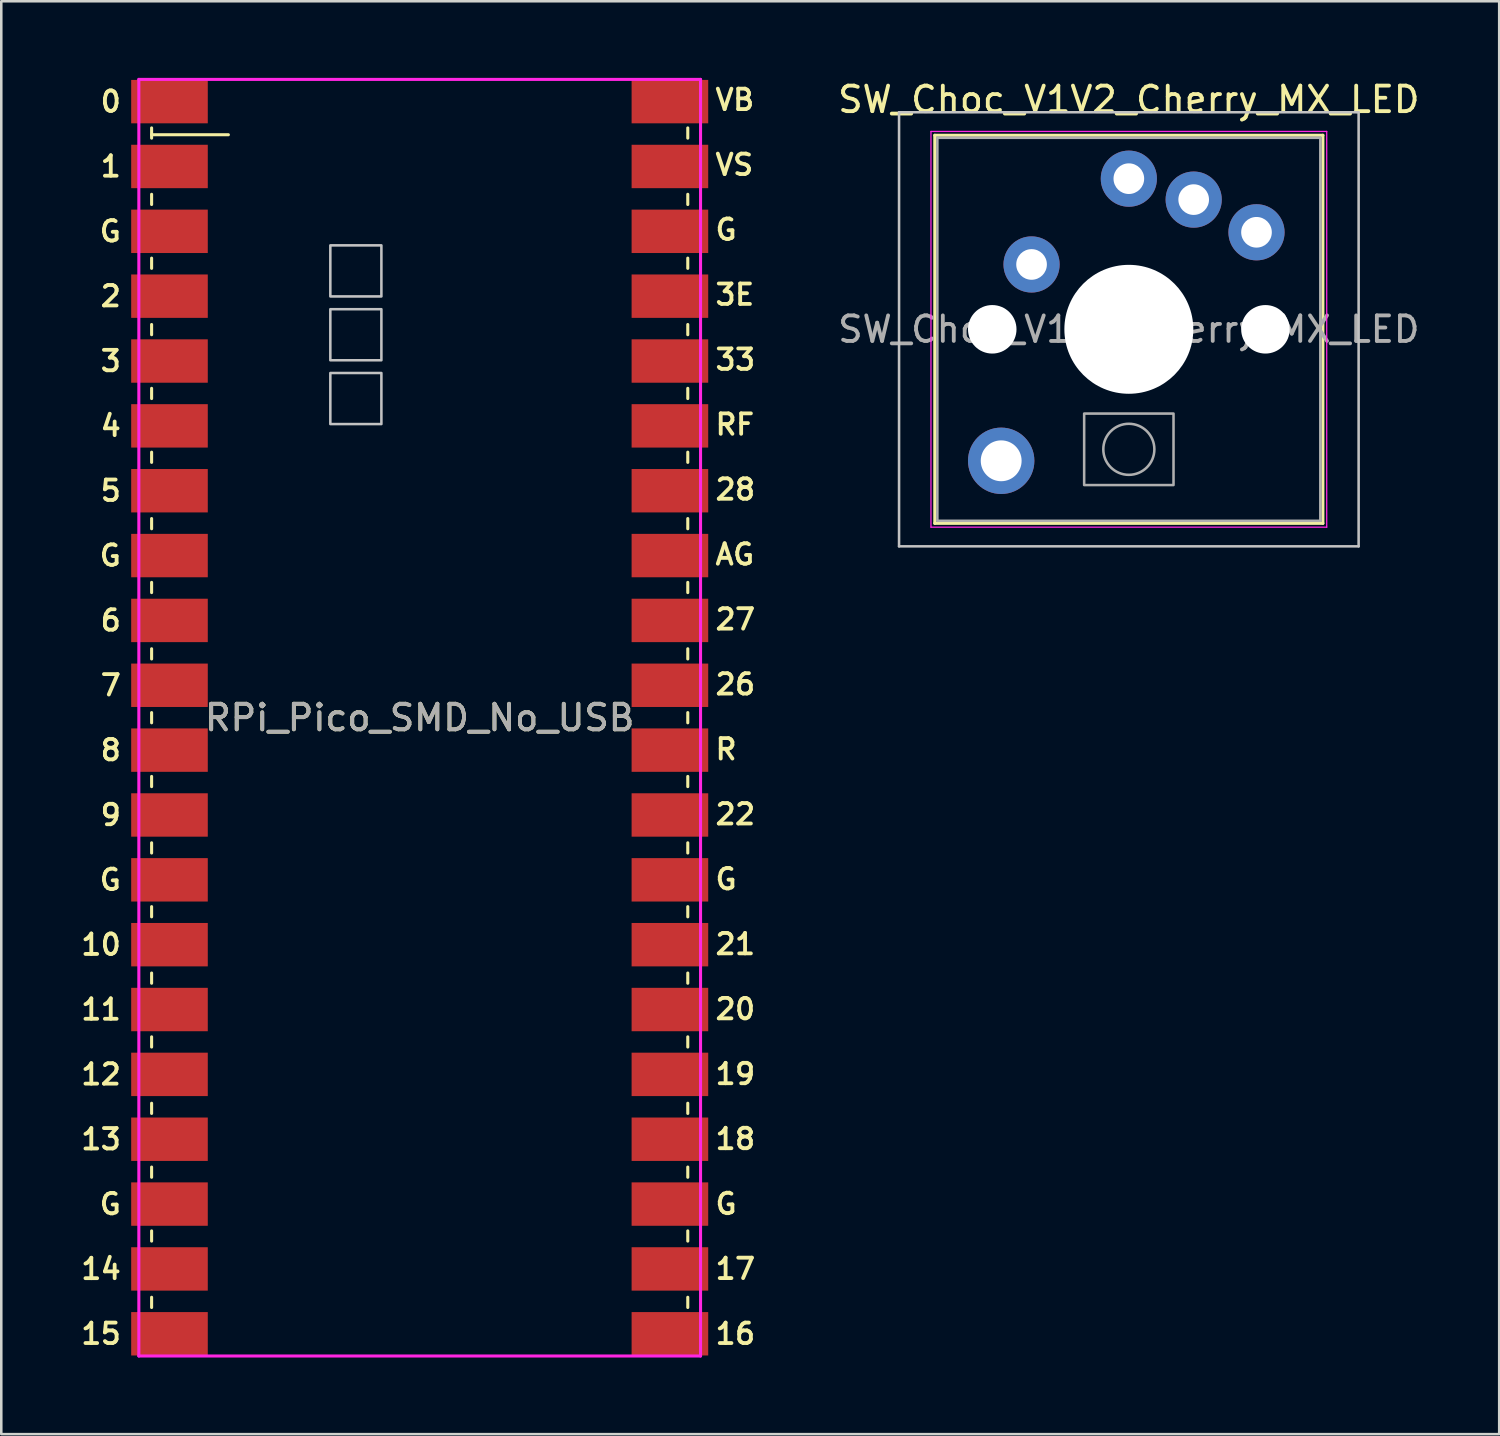
<source format=kicad_pcb>
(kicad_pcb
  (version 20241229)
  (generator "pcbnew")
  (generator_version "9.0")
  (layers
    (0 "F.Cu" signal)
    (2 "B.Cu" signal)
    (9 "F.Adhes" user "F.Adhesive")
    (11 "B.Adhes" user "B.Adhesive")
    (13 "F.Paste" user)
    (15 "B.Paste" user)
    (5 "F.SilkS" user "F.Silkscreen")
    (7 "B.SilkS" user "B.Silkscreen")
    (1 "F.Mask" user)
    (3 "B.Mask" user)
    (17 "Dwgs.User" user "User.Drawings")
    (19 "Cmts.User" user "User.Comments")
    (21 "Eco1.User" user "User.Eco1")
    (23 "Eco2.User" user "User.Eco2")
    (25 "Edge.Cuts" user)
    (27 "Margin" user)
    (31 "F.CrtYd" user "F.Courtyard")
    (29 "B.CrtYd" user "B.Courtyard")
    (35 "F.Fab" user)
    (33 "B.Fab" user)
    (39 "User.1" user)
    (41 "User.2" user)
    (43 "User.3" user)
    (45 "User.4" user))
  (footprint "SW_Choc_V1V2_Cherry_MX_LED"
    (layer "F.Cu")
    (at 41.163 9.848)
    (property "Reference" "SW_Choc_V1V2_Cherry_MX_LED" (at 0 -9 0) (layer "F.SilkS") (effects (font (size 1 1) (thickness 0.15))))
    (attr through_hole)
    (fp_line (start -7.6 -7.6) (end -7.6 7.6) (stroke (width 0.12) (type solid)) (layer "F.SilkS"))
    (fp_line (start -7.6 7.6) (end 7.6 7.6) (stroke (width 0.12) (type solid)) (layer "F.SilkS"))
    (fp_line (start 7.6 -7.6) (end -7.6 -7.6) (stroke (width 0.12) (type solid)) (layer "F.SilkS"))
    (fp_line (start 7.6 7.6) (end 7.6 -7.6) (stroke (width 0.12) (type solid)) (layer "F.SilkS"))
    (fp_line (start -9 -8.5) (end -9 8.5) (stroke (width 0.1) (type solid)) (layer "Dwgs.User"))
    (fp_line (start -9 8.5) (end 9 8.5) (stroke (width 0.1) (type solid)) (layer "Dwgs.User"))
    (fp_line (start 9 -8.5) (end -9 -8.5) (stroke (width 0.1) (type solid)) (layer "Dwgs.User"))
    (fp_line (start 9 8.5) (end 9 -8.5) (stroke (width 0.1) (type solid)) (layer "Dwgs.User"))
    (fp_line (start -7.25 -7.25) (end -7.25 7.25) (stroke (width 0.1) (type solid)) (layer "Eco1.User"))
    (fp_line (start -7.25 7.25) (end 7.25 7.25) (stroke (width 0.1) (type solid)) (layer "Eco1.User"))
    (fp_line (start 7.25 -7.25) (end -7.25 -7.25) (stroke (width 0.1) (type solid)) (layer "Eco1.User"))
    (fp_line (start 7.25 7.25) (end 7.25 -7.25) (stroke (width 0.1) (type solid)) (layer "Eco1.User"))
    (fp_line (start -7.75 -7.75) (end -7.75 7.75) (stroke (width 0.05) (type solid)) (layer "F.CrtYd"))
    (fp_line (start -7.75 7.75) (end 7.75 7.75) (stroke (width 0.05) (type solid)) (layer "F.CrtYd"))
    (fp_line (start 7.75 -7.75) (end -7.75 -7.75) (stroke (width 0.05) (type solid)) (layer "F.CrtYd"))
    (fp_line (start 7.75 7.75) (end 7.75 -7.75) (stroke (width 0.05) (type solid)) (layer "F.CrtYd"))
    (fp_line (start -7.5 -7.5) (end -7.5 7.5) (stroke (width 0.1) (type solid)) (layer "F.Fab"))
    (fp_line (start -7.5 7.5) (end 7.5 7.5) (stroke (width 0.1) (type solid)) (layer "F.Fab"))
    (fp_line (start 7.5 -7.5) (end -7.5 -7.5) (stroke (width 0.1) (type solid)) (layer "F.Fab"))
    (fp_line (start 7.5 7.5) (end 7.5 -7.5) (stroke (width 0.1) (type solid)) (layer "F.Fab"))
    (fp_rect (start -1.75 3.3) (end 1.75 6.1) (stroke (width 0.1) (type solid)) (fill no) (layer "F.Fab"))
    (fp_circle (center 0 4.7) (end 1 4.7) (stroke (width 0.1) (type solid)) (fill no) (layer "F.Fab"))
    (fp_text user "${REFERENCE}" (at 0 0 0) (layer "F.Fab") (effects (font (size 1 1) (thickness 0.15))))
    (pad "" np_thru_hole circle (at -5.35 0) (size 1.9 1.9) (drill oval 2.2 1.9) (layers "*.Cu" "*.Mask"))
    (pad "" smd circle (at -5 5.15) (size 1.65 1.65) (layers "F.Mask"))
    (pad "" thru_hole circle (at -5 5.15) (size 2.6 2.6) (drill 1.6) (layers "*.Cu" "B.Mask"))
    (pad "" smd circle (at 0 -5.9) (size 1.25 1.25) (layers "F.Mask"))
    (pad "" np_thru_hole circle (at 0 0) (size 5.05 5.05) (drill 5.05) (layers "*.Cu" "*.Mask"))
    (pad "" smd circle (at 5 -3.8) (size 1.25 1.25) (layers "F.Mask"))
    (pad "" np_thru_hole circle (at 5.35 0) (size 1.9 1.9) (drill oval 2.2 1.9) (layers "*.Cu" "*.Mask"))
    (pad "1" thru_hole circle (at -3.81 -2.54) (size 2.2 2.2) (drill 1.2) (layers "*.Cu" "B.Mask"))
    (pad "1" thru_hole circle (at 0 -5.9) (size 2.2 2.2) (drill 1.2) (layers "*.Cu" "B.Mask"))
    (pad "2" thru_hole circle (at 2.54 -5.08) (size 2.2 2.2) (drill 1.2) (layers "*.Cu" "B.Mask"))
    (pad "2" thru_hole circle (at 5 -3.8) (size 2.2 2.2) (drill 1.2) (layers "*.Cu" "B.Mask")))
  (footprint "RPi_Pico_SMD_No_USB"
    (layer "F.Cu")
    (at 13.388 25.06)
    (property "Reference" "RPi_Pico_SMD_No_USB" (at 0 0 0) (layer "F.SilkS") (effects (font (size 1 1) (thickness 0.15))))
    (attr smd)
    (fp_line (start -10.5 -23.1) (end -10.5 -22.7) (stroke (width 0.12) (type solid)) (layer "F.SilkS"))
    (fp_line (start -10.5 -22.833) (end -7.493 -22.833) (stroke (width 0.12) (type solid)) (layer "F.SilkS"))
    (fp_line (start -10.5 -20.5) (end -10.5 -20.1) (stroke (width 0.12) (type solid)) (layer "F.SilkS"))
    (fp_line (start -10.5 -18) (end -10.5 -17.6) (stroke (width 0.12) (type solid)) (layer "F.SilkS"))
    (fp_line (start -10.5 -15.4) (end -10.5 -15) (stroke (width 0.12) (type solid)) (layer "F.SilkS"))
    (fp_line (start -10.5 -12.9) (end -10.5 -12.5) (stroke (width 0.12) (type solid)) (layer "F.SilkS"))
    (fp_line (start -10.5 -10.4) (end -10.5 -10) (stroke (width 0.12) (type solid)) (layer "F.SilkS"))
    (fp_line (start -10.5 -7.8) (end -10.5 -7.4) (stroke (width 0.12) (type solid)) (layer "F.SilkS"))
    (fp_line (start -10.5 -5.3) (end -10.5 -4.9) (stroke (width 0.12) (type solid)) (layer "F.SilkS"))
    (fp_line (start -10.5 -2.7) (end -10.5 -2.3) (stroke (width 0.12) (type solid)) (layer "F.SilkS"))
    (fp_line (start -10.5 -0.2) (end -10.5 0.2) (stroke (width 0.12) (type solid)) (layer "F.SilkS"))
    (fp_line (start -10.5 2.3) (end -10.5 2.7) (stroke (width 0.12) (type solid)) (layer "F.SilkS"))
    (fp_line (start -10.5 4.9) (end -10.5 5.3) (stroke (width 0.12) (type solid)) (layer "F.SilkS"))
    (fp_line (start -10.5 7.4) (end -10.5 7.8) (stroke (width 0.12) (type solid)) (layer "F.SilkS"))
    (fp_line (start -10.5 10) (end -10.5 10.4) (stroke (width 0.12) (type solid)) (layer "F.SilkS"))
    (fp_line (start -10.5 12.5) (end -10.5 12.9) (stroke (width 0.12) (type solid)) (layer "F.SilkS"))
    (fp_line (start -10.5 15.1) (end -10.5 15.5) (stroke (width 0.12) (type solid)) (layer "F.SilkS"))
    (fp_line (start -10.5 17.6) (end -10.5 18) (stroke (width 0.12) (type solid)) (layer "F.SilkS"))
    (fp_line (start -10.5 20.1) (end -10.5 20.5) (stroke (width 0.12) (type solid)) (layer "F.SilkS"))
    (fp_line (start -10.5 22.7) (end -10.5 23.1) (stroke (width 0.12) (type solid)) (layer "F.SilkS"))
    (fp_line (start 10.5 -23.1) (end 10.5 -22.7) (stroke (width 0.12) (type solid)) (layer "F.SilkS"))
    (fp_line (start 10.5 -20.5) (end 10.5 -20.1) (stroke (width 0.12) (type solid)) (layer "F.SilkS"))
    (fp_line (start 10.5 -18) (end 10.5 -17.6) (stroke (width 0.12) (type solid)) (layer "F.SilkS"))
    (fp_line (start 10.5 -15.4) (end 10.5 -15) (stroke (width 0.12) (type solid)) (layer "F.SilkS"))
    (fp_line (start 10.5 -12.9) (end 10.5 -12.5) (stroke (width 0.12) (type solid)) (layer "F.SilkS"))
    (fp_line (start 10.5 -10.4) (end 10.5 -10) (stroke (width 0.12) (type solid)) (layer "F.SilkS"))
    (fp_line (start 10.5 -7.8) (end 10.5 -7.4) (stroke (width 0.12) (type solid)) (layer "F.SilkS"))
    (fp_line (start 10.5 -5.3) (end 10.5 -4.9) (stroke (width 0.12) (type solid)) (layer "F.SilkS"))
    (fp_line (start 10.5 -2.7) (end 10.5 -2.3) (stroke (width 0.12) (type solid)) (layer "F.SilkS"))
    (fp_line (start 10.5 -0.2) (end 10.5 0.2) (stroke (width 0.12) (type solid)) (layer "F.SilkS"))
    (fp_line (start 10.5 2.3) (end 10.5 2.7) (stroke (width 0.12) (type solid)) (layer "F.SilkS"))
    (fp_line (start 10.5 4.9) (end 10.5 5.3) (stroke (width 0.12) (type solid)) (layer "F.SilkS"))
    (fp_line (start 10.5 7.4) (end 10.5 7.8) (stroke (width 0.12) (type solid)) (layer "F.SilkS"))
    (fp_line (start 10.5 10) (end 10.5 10.4) (stroke (width 0.12) (type solid)) (layer "F.SilkS"))
    (fp_line (start 10.5 12.5) (end 10.5 12.9) (stroke (width 0.12) (type solid)) (layer "F.SilkS"))
    (fp_line (start 10.5 15.1) (end 10.5 15.5) (stroke (width 0.12) (type solid)) (layer "F.SilkS"))
    (fp_line (start 10.5 17.6) (end 10.5 18) (stroke (width 0.12) (type solid)) (layer "F.SilkS"))
    (fp_line (start 10.5 20.1) (end 10.5 20.5) (stroke (width 0.12) (type solid)) (layer "F.SilkS"))
    (fp_line (start 10.5 22.7) (end 10.5 23.1) (stroke (width 0.12) (type solid)) (layer "F.SilkS"))
    (fp_poly (pts (xy -1.5 -16.5) (xy -3.5 -16.5) (xy -3.5 -18.5) (xy -1.5 -18.5)) (stroke (width 0.1) (type solid)) (fill no) (layer "Dwgs.User"))
    (fp_poly (pts (xy -1.5 -14) (xy -3.5 -14) (xy -3.5 -16) (xy -1.5 -16)) (stroke (width 0.1) (type solid)) (fill no) (layer "Dwgs.User"))
    (fp_poly (pts (xy -1.5 -11.5) (xy -3.5 -11.5) (xy -3.5 -13.5) (xy -1.5 -13.5)) (stroke (width 0.1) (type solid)) (fill no) (layer "Dwgs.User"))
    (fp_line (start -11 -25) (end 11 -25) (stroke (width 0.12) (type solid)) (layer "F.CrtYd"))
    (fp_line (start -11 25) (end -11 -25) (stroke (width 0.12) (type solid)) (layer "F.CrtYd"))
    (fp_line (start 11 -25) (end 11 25) (stroke (width 0.12) (type solid)) (layer "F.CrtYd"))
    (fp_line (start 11 25) (end -11 25) (stroke (width 0.12) (type solid)) (layer "F.CrtYd"))
    (fp_text user "7" (at -12.1 -1.27 0) (layer "F.SilkS") (effects (font (size 0.8 0.8) (thickness 0.15))))
    (fp_text user "15" (at -12.481 24.13 0) (layer "F.SilkS") (effects (font (size 0.8 0.8) (thickness 0.15))))
    (fp_text user "12" (at -12.481 13.97 0) (layer "F.SilkS") (effects (font (size 0.8 0.8) (thickness 0.15))))
    (fp_text user "9" (at -12.1 3.81 0) (layer "F.SilkS") (effects (font (size 0.8 0.8) (thickness 0.15))))
    (fp_text user "28" (at 12.362 -8.938 0) (layer "F.SilkS") (effects (font (size 0.8 0.8) (thickness 0.15))))
    (fp_text user "G" (at -12.119 -6.35 0) (layer "F.SilkS") (effects (font (size 0.8 0.8) (thickness 0.15))))
    (fp_text user "0" (at -12.1 -24.13 0) (layer "F.SilkS") (effects (font (size 0.8 0.8) (thickness 0.15))))
    (fp_text user "RF" (at 12.343 -11.482 0) (layer "F.SilkS") (effects (font (size 0.8 0.8) (thickness 0.15))))
    (fp_text user "8" (at -12.1 1.27 0) (layer "F.SilkS") (effects (font (size 0.8 0.8) (thickness 0.15))))
    (fp_text user "26" (at 12.362 -1.307 0) (layer "F.SilkS") (effects (font (size 0.8 0.8) (thickness 0.15))))
    (fp_text user "19" (at 12.362 13.955 0) (layer "F.SilkS") (effects (font (size 0.8 0.8) (thickness 0.15))))
    (fp_text user "VS" (at 12.324 -21.656 0) (layer "F.SilkS") (effects (font (size 0.8 0.8) (thickness 0.15))))
    (fp_text user "16" (at 12.362 24.13 0) (layer "F.SilkS") (effects (font (size 0.8 0.8) (thickness 0.15))))
    (fp_text user "VB" (at 12.343 -24.2 0) (layer "F.SilkS") (effects (font (size 0.8 0.8) (thickness 0.15))))
    (fp_text user "1" (at -12.1 -21.59 0) (layer "F.SilkS") (effects (font (size 0.8 0.8) (thickness 0.15))))
    (fp_text user "G" (at 12 -19.113 0) (layer "F.SilkS") (effects (font (size 0.8 0.8) (thickness 0.15))))
    (fp_text user "3" (at -12.1 -13.97 0) (layer "F.SilkS") (effects (font (size 0.8 0.8) (thickness 0.15))))
    (fp_text user "27" (at 12.362 -3.851 0) (layer "F.SilkS") (effects (font (size 0.8 0.8) (thickness 0.15))))
    (fp_text user "18" (at 12.362 16.499 0) (layer "F.SilkS") (effects (font (size 0.8 0.8) (thickness 0.15))))
    (fp_text user "G" (at 12 6.324 0) (layer "F.SilkS") (effects (font (size 0.8 0.8) (thickness 0.15))))
    (fp_text user "2" (at -12.1 -16.51 0) (layer "F.SilkS") (effects (font (size 0.8 0.8) (thickness 0.15))))
    (fp_text user "14" (at -12.481 21.59 0) (layer "F.SilkS") (effects (font (size 0.8 0.8) (thickness 0.15))))
    (fp_text user "17" (at 12.362 21.586 0) (layer "F.SilkS") (effects (font (size 0.8 0.8) (thickness 0.15))))
    (fp_text user "G" (at -12.119 6.35 0) (layer "F.SilkS") (effects (font (size 0.8 0.8) (thickness 0.15))))
    (fp_text user "13" (at -12.481 16.51 0) (layer "F.SilkS") (effects (font (size 0.8 0.8) (thickness 0.15))))
    (fp_text user "G" (at -12.119 -19.05 0) (layer "F.SilkS") (effects (font (size 0.8 0.8) (thickness 0.15))))
    (fp_text user "21" (at 12.362 8.868 0) (layer "F.SilkS") (effects (font (size 0.8 0.8) (thickness 0.15))))
    (fp_text user "3E" (at 12.343 -16.569 0) (layer "F.SilkS") (effects (font (size 0.8 0.8) (thickness 0.15))))
    (fp_text user "G" (at 12 19.043 0) (layer "F.SilkS") (effects (font (size 0.8 0.8) (thickness 0.15))))
    (fp_text user "33" (at 12.362 -14.025 0) (layer "F.SilkS") (effects (font (size 0.8 0.8) (thickness 0.15))))
    (fp_text user "4" (at -12.1 -11.43 0) (layer "F.SilkS") (effects (font (size 0.8 0.8) (thickness 0.15))))
    (fp_text user "20" (at 12.362 11.412 0) (layer "F.SilkS") (effects (font (size 0.8 0.8) (thickness 0.15))))
    (fp_text user "AG" (at 12.343 -6.394 0) (layer "F.SilkS") (effects (font (size 0.8 0.8) (thickness 0.15))))
    (fp_text user "G" (at -12.119 19.05 0) (layer "F.SilkS") (effects (font (size 0.8 0.8) (thickness 0.15))))
    (fp_text user "R" (at 12 1.237 0) (layer "F.SilkS") (effects (font (size 0.8 0.8) (thickness 0.15))))
    (fp_text user "22" (at 12.362 3.781 0) (layer "F.SilkS") (effects (font (size 0.8 0.8) (thickness 0.15))))
    (fp_text user "5" (at -12.1 -8.89 0) (layer "F.SilkS") (effects (font (size 0.8 0.8) (thickness 0.15))))
    (fp_text user "11" (at -12.481 11.43 0) (layer "F.SilkS") (effects (font (size 0.8 0.8) (thickness 0.15))))
    (fp_text user "6" (at -12.1 -3.81 0) (layer "F.SilkS") (effects (font (size 0.8 0.8) (thickness 0.15))))
    (fp_text user "10" (at -12.481 8.89 0) (layer "F.SilkS") (effects (font (size 0.8 0.8) (thickness 0.15))))
    (fp_text user "${REFERENCE}" (at 0 0 180) (layer "F.Fab") (effects (font (size 1 1) (thickness 0.15))))
    (pad "1" smd rect (at -9.8 -24.13) (size 3 1.7) (layers "F.Cu" "F.Mask"))
    (pad "2" smd rect (at -9.8 -21.59) (size 3 1.7) (layers "F.Cu" "F.Mask"))
    (pad "3" smd rect (at -9.8 -19.05) (size 3 1.7) (layers "F.Cu" "F.Mask"))
    (pad "4" smd rect (at -9.8 -16.51) (size 3 1.7) (layers "F.Cu" "F.Mask"))
    (pad "5" smd rect (at -9.8 -13.97) (size 3 1.7) (layers "F.Cu" "F.Mask"))
    (pad "6" smd rect (at -9.8 -11.43) (size 3 1.7) (layers "F.Cu" "F.Mask"))
    (pad "7" smd rect (at -9.8 -8.89) (size 3 1.7) (layers "F.Cu" "F.Mask"))
    (pad "8" smd rect (at -9.8 -6.35) (size 3 1.7) (layers "F.Cu" "F.Mask"))
    (pad "9" smd rect (at -9.8 -3.81) (size 3 1.7) (layers "F.Cu" "F.Mask"))
    (pad "10" smd rect (at -9.8 -1.27) (size 3 1.7) (layers "F.Cu" "F.Mask"))
    (pad "11" smd rect (at -9.8 1.27) (size 3 1.7) (layers "F.Cu" "F.Mask"))
    (pad "12" smd rect (at -9.8 3.81) (size 3 1.7) (layers "F.Cu" "F.Mask"))
    (pad "13" smd rect (at -9.8 6.35) (size 3 1.7) (layers "F.Cu" "F.Mask"))
    (pad "14" smd rect (at -9.8 8.89) (size 3 1.7) (layers "F.Cu" "F.Mask"))
    (pad "15" smd rect (at -9.8 11.43) (size 3 1.7) (layers "F.Cu" "F.Mask"))
    (pad "16" smd rect (at -9.8 13.97) (size 3 1.7) (layers "F.Cu" "F.Mask"))
    (pad "17" smd rect (at -9.8 16.51) (size 3 1.7) (layers "F.Cu" "F.Mask"))
    (pad "18" smd rect (at -9.8 19.05) (size 3 1.7) (layers "F.Cu" "F.Mask"))
    (pad "19" smd rect (at -9.8 21.59) (size 3 1.7) (layers "F.Cu" "F.Mask"))
    (pad "20" smd rect (at -9.8 24.13) (size 3 1.7) (layers "F.Cu" "F.Mask"))
    (pad "21" smd rect (at 9.8 24.13) (size 3 1.7) (layers "F.Cu" "F.Mask"))
    (pad "22" smd rect (at 9.8 21.59) (size 3 1.7) (layers "F.Cu" "F.Mask"))
    (pad "23" smd rect (at 9.8 19.05) (size 3 1.7) (layers "F.Cu" "F.Mask"))
    (pad "24" smd rect (at 9.8 16.51) (size 3 1.7) (layers "F.Cu" "F.Mask"))
    (pad "25" smd rect (at 9.8 13.97) (size 3 1.7) (layers "F.Cu" "F.Mask"))
    (pad "26" smd rect (at 9.8 11.43) (size 3 1.7) (layers "F.Cu" "F.Mask"))
    (pad "27" smd rect (at 9.8 8.89) (size 3 1.7) (layers "F.Cu" "F.Mask"))
    (pad "28" smd rect (at 9.8 6.35) (size 3 1.7) (layers "F.Cu" "F.Mask"))
    (pad "29" smd rect (at 9.8 3.81) (size 3 1.7) (layers "F.Cu" "F.Mask"))
    (pad "30" smd rect (at 9.8 1.27) (size 3 1.7) (layers "F.Cu" "F.Mask"))
    (pad "31" smd rect (at 9.8 -1.27) (size 3 1.7) (layers "F.Cu" "F.Mask"))
    (pad "32" smd rect (at 9.8 -3.81) (size 3 1.7) (layers "F.Cu" "F.Mask"))
    (pad "33" smd rect (at 9.8 -6.35) (size 3 1.7) (layers "F.Cu" "F.Mask"))
    (pad "34" smd rect (at 9.8 -8.89) (size 3 1.7) (layers "F.Cu" "F.Mask"))
    (pad "35" smd rect (at 9.8 -11.43) (size 3 1.7) (layers "F.Cu" "F.Mask"))
    (pad "36" smd rect (at 9.8 -13.97) (size 3 1.7) (layers "F.Cu" "F.Mask"))
    (pad "37" smd rect (at 9.8 -16.51) (size 3 1.7) (layers "F.Cu" "F.Mask"))
    (pad "38" smd rect (at 9.8 -19.05) (size 3 1.7) (layers "F.Cu" "F.Mask"))
    (pad "39" smd rect (at 9.8 -21.59) (size 3 1.7) (layers "F.Cu" "F.Mask"))
    (pad "40" smd rect (at 9.8 -24.13) (size 3 1.7) (layers "F.Cu" "F.Mask")))
  (gr_rect
    (start -3 -3)
    (end 55.669 53.12)
    (stroke (width 0.1) (type default))
    (fill no)
    (layer "Edge.Cuts")))
</source>
